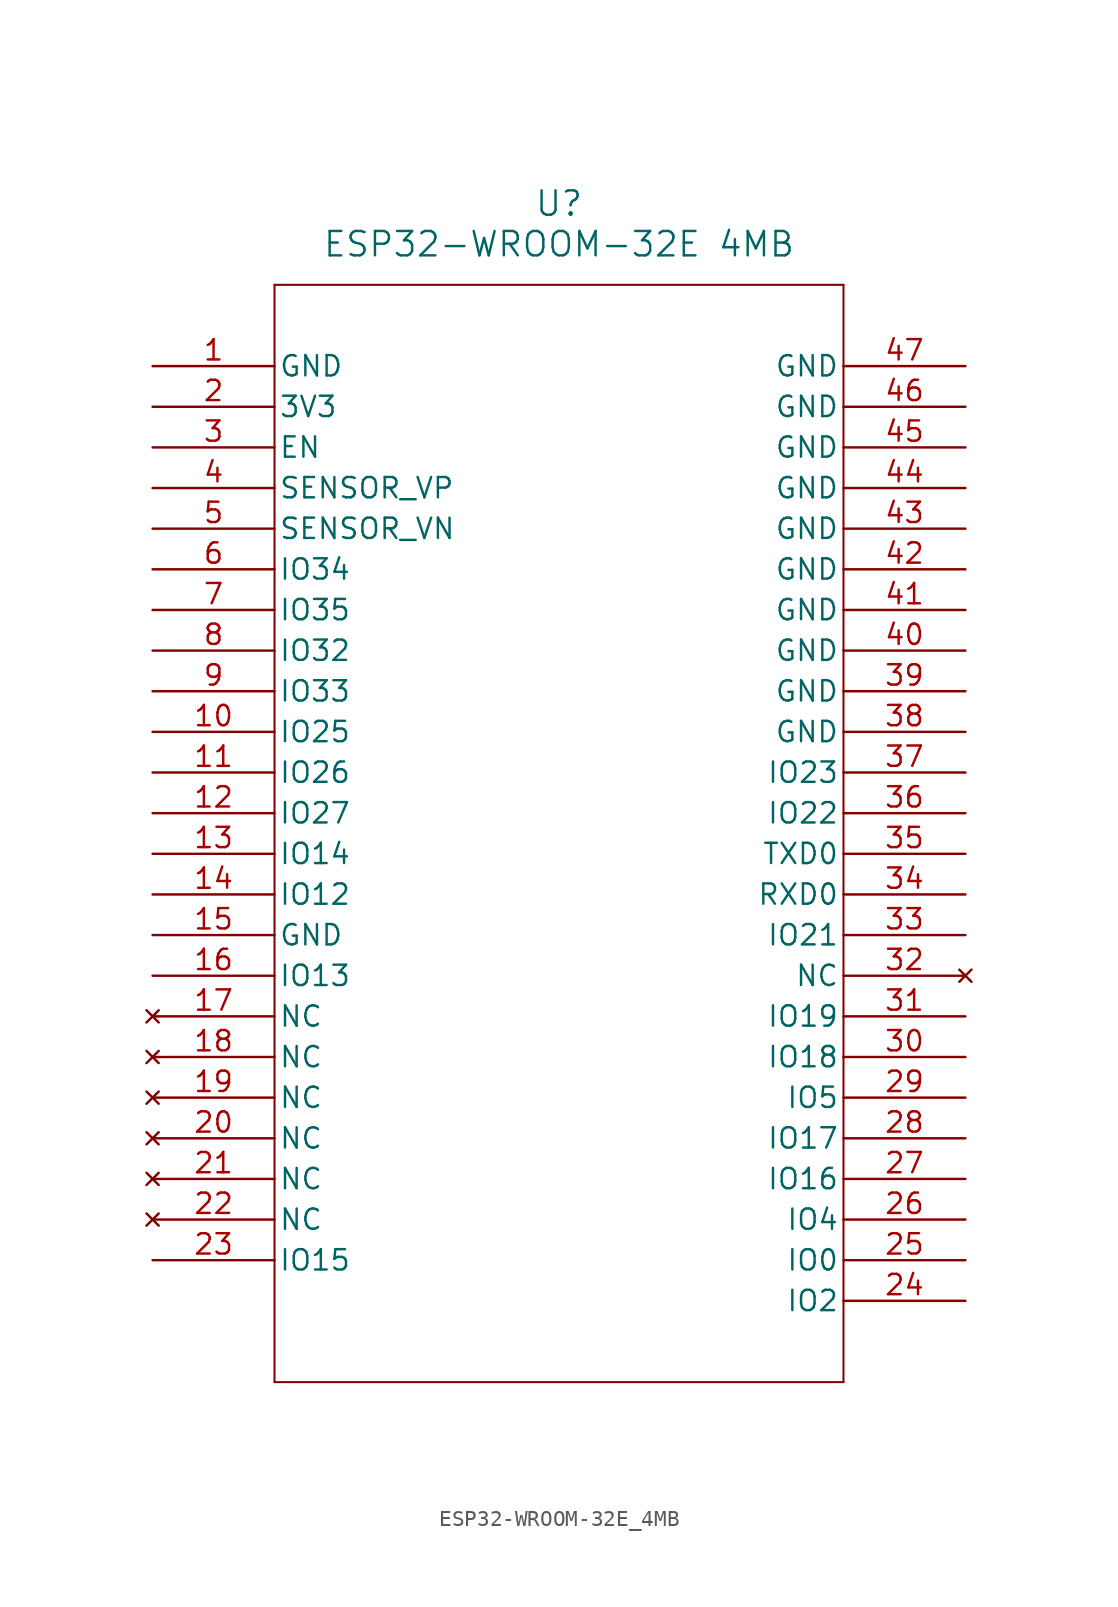
<source format=kicad_sym>
(kicad_symbol_lib
  (version 20220914)
  (generator kicad_symbol_editor)
  (symbol "ESP32-WROOM-32E_4MB"
    (pin_names
      (offset 0.254))
    (property "Reference" "U"
      (at 25.4 10.16 0)
      (effects (font (size 1.524 1.524))))
    (property "Value" "ESP32-WROOM-32E 4MB"
      (at 25.4 7.62 0)
      (effects (font (size 1.524 1.524))))
    (property "ki_locked" ""
      (at 0 0 0)
      (effects (font (size 1.27 1.27))))
    (symbol "ESP32-WROOM-32E_4MB_0_1"
      (polyline (pts (xy 7.62 -63.5) (xy 43.18 -63.5)) (stroke (width 0.127) (type default)) (fill (type none)))
      (polyline (pts (xy 7.62 5.08) (xy 7.62 -63.5)) (stroke (width 0.127) (type default)) (fill (type none)))
      (polyline (pts (xy 43.18 -63.5) (xy 43.18 5.08)) (stroke (width 0.127) (type default)) (fill (type none)))
      (polyline (pts (xy 43.18 5.08) (xy 7.62 5.08)) (stroke (width 0.127) (type default)) (fill (type none)))
      (pin bidirectional line (at 0 -22.86 0) (length 7.62) (name "IO25" (effects (font (size 1.27 1.27)))) (number "10" (effects (font (size 1.27 1.27)))))
      (pin bidirectional line (at 0 -25.4 0) (length 7.62) (name "IO26" (effects (font (size 1.27 1.27)))) (number "11" (effects (font (size 1.27 1.27)))))
      (pin bidirectional line (at 0 -27.94 0) (length 7.62) (name "IO27" (effects (font (size 1.27 1.27)))) (number "12" (effects (font (size 1.27 1.27)))))
      (pin bidirectional line (at 0 -30.48 0) (length 7.62) (name "IO14" (effects (font (size 1.27 1.27)))) (number "13" (effects (font (size 1.27 1.27)))))
      (pin bidirectional line (at 0 -33.02 0) (length 7.62) (name "IO12" (effects (font (size 1.27 1.27)))) (number "14" (effects (font (size 1.27 1.27)))))
      (pin bidirectional line (at 0 -38.1 0) (length 7.62) (name "IO13" (effects (font (size 1.27 1.27)))) (number "16" (effects (font (size 1.27 1.27)))))
      (pin no_connect line (at 0 -40.64 0) (length 7.62) (name "NC" (effects (font (size 1.27 1.27)))) (number "17" (effects (font (size 1.27 1.27)))))
      (pin no_connect line (at 0 -43.18 0) (length 7.62) (name "NC" (effects (font (size 1.27 1.27)))) (number "18" (effects (font (size 1.27 1.27)))))
      (pin no_connect line (at 0 -45.72 0) (length 7.62) (name "NC" (effects (font (size 1.27 1.27)))) (number "19" (effects (font (size 1.27 1.27)))))
      (pin power_in line (at 0 -2.54 0) (length 7.62) (name "3V3" (effects (font (size 1.27 1.27)))) (number "2" (effects (font (size 1.27 1.27)))))
      (pin no_connect line (at 0 -48.26 0) (length 7.62) (name "NC" (effects (font (size 1.27 1.27)))) (number "20" (effects (font (size 1.27 1.27)))))
      (pin no_connect line (at 0 -50.8 0) (length 7.62) (name "NC" (effects (font (size 1.27 1.27)))) (number "21" (effects (font (size 1.27 1.27)))))
      (pin no_connect line (at 0 -53.34 0) (length 7.62) (name "NC" (effects (font (size 1.27 1.27)))) (number "22" (effects (font (size 1.27 1.27)))))
      (pin bidirectional line (at 0 -55.88 0) (length 7.62) (name "IO15" (effects (font (size 1.27 1.27)))) (number "23" (effects (font (size 1.27 1.27)))))
      (pin bidirectional line (at 50.8 -58.42 180) (length 7.62) (name "IO2" (effects (font (size 1.27 1.27)))) (number "24" (effects (font (size 1.27 1.27)))))
      (pin bidirectional line (at 50.8 -55.88 180) (length 7.62) (name "IO0" (effects (font (size 1.27 1.27)))) (number "25" (effects (font (size 1.27 1.27)))))
      (pin bidirectional line (at 50.8 -53.34 180) (length 7.62) (name "IO4" (effects (font (size 1.27 1.27)))) (number "26" (effects (font (size 1.27 1.27)))))
      (pin bidirectional line (at 50.8 -50.8 180) (length 7.62) (name "IO16" (effects (font (size 1.27 1.27)))) (number "27" (effects (font (size 1.27 1.27)))))
      (pin bidirectional line (at 50.8 -48.26 180) (length 7.62) (name "IO17" (effects (font (size 1.27 1.27)))) (number "28" (effects (font (size 1.27 1.27)))))
      (pin bidirectional line (at 50.8 -45.72 180) (length 7.62) (name "IO5" (effects (font (size 1.27 1.27)))) (number "29" (effects (font (size 1.27 1.27)))))
      (pin input line (at 0 -5.08 0) (length 7.62) (name "EN" (effects (font (size 1.27 1.27)))) (number "3" (effects (font (size 1.27 1.27)))))
      (pin bidirectional line (at 50.8 -43.18 180) (length 7.62) (name "IO18" (effects (font (size 1.27 1.27)))) (number "30" (effects (font (size 1.27 1.27)))))
      (pin bidirectional line (at 50.8 -40.64 180) (length 7.62) (name "IO19" (effects (font (size 1.27 1.27)))) (number "31" (effects (font (size 1.27 1.27)))))
      (pin no_connect line (at 50.8 -38.1 180) (length 7.62) (name "NC" (effects (font (size 1.27 1.27)))) (number "32" (effects (font (size 1.27 1.27)))))
      (pin bidirectional line (at 50.8 -35.56 180) (length 7.62) (name "IO21" (effects (font (size 1.27 1.27)))) (number "33" (effects (font (size 1.27 1.27)))))
      (pin bidirectional line (at 50.8 -33.02 180) (length 7.62) (name "RXD0" (effects (font (size 1.27 1.27)))) (number "34" (effects (font (size 1.27 1.27)))))
      (pin bidirectional line (at 50.8 -30.48 180) (length 7.62) (name "TXD0" (effects (font (size 1.27 1.27)))) (number "35" (effects (font (size 1.27 1.27)))))
      (pin bidirectional line (at 50.8 -27.94 180) (length 7.62) (name "IO22" (effects (font (size 1.27 1.27)))) (number "36" (effects (font (size 1.27 1.27)))))
      (pin bidirectional line (at 50.8 -25.4 180) (length 7.62) (name "IO23" (effects (font (size 1.27 1.27)))) (number "37" (effects (font (size 1.27 1.27)))))
      (pin input line (at 0 -7.62 0) (length 7.62) (name "SENSOR_VP" (effects (font (size 1.27 1.27)))) (number "4" (effects (font (size 1.27 1.27)))))
      (pin input line (at 0 -10.16 0) (length 7.62) (name "SENSOR_VN" (effects (font (size 1.27 1.27)))) (number "5" (effects (font (size 1.27 1.27)))))
      (pin input line (at 0 -12.7 0) (length 7.62) (name "IO34" (effects (font (size 1.27 1.27)))) (number "6" (effects (font (size 1.27 1.27)))))
      (pin input line (at 0 -15.24 0) (length 7.62) (name "IO35" (effects (font (size 1.27 1.27)))) (number "7" (effects (font (size 1.27 1.27)))))
      (pin bidirectional line (at 0 -17.78 0) (length 7.62) (name "IO32" (effects (font (size 1.27 1.27)))) (number "8" (effects (font (size 1.27 1.27)))))
      (pin bidirectional line (at 0 -20.32 0) (length 7.62) (name "IO33" (effects (font (size 1.27 1.27)))) (number "9" (effects (font (size 1.27 1.27))))))
    (symbol "ESP32-WROOM-32E_4MB_1_1"
      (pin input line (at 0 0 0) (length 7.62) (name "GND" (effects (font (size 1.27 1.27)))) (number "1" (effects (font (size 1.27 1.27)))))
      (pin input line (at 0 -35.56 0) (length 7.62) (name "GND" (effects (font (size 1.27 1.27)))) (number "15" (effects (font (size 1.27 1.27)))))
      (pin input line (at 50.8 -22.86 180) (length 7.62) (name "GND" (effects (font (size 1.27 1.27)))) (number "38" (effects (font (size 1.27 1.27)))))
      (pin input line (at 50.8 -20.32 180) (length 7.62) (name "GND" (effects (font (size 1.27 1.27)))) (number "39" (effects (font (size 1.27 1.27)))))
      (pin input line (at 50.8 -17.78 180) (length 7.62) (name "GND" (effects (font (size 1.27 1.27)))) (number "40" (effects (font (size 1.27 1.27)))))
      (pin input line (at 50.8 -15.24 180) (length 7.62) (name "GND" (effects (font (size 1.27 1.27)))) (number "41" (effects (font (size 1.27 1.27)))))
      (pin input line (at 50.8 -12.7 180) (length 7.62) (name "GND" (effects (font (size 1.27 1.27)))) (number "42" (effects (font (size 1.27 1.27)))))
      (pin input line (at 50.8 -10.16 180) (length 7.62) (name "GND" (effects (font (size 1.27 1.27)))) (number "43" (effects (font (size 1.27 1.27)))))
      (pin input line (at 50.8 -7.62 180) (length 7.62) (name "GND" (effects (font (size 1.27 1.27)))) (number "44" (effects (font (size 1.27 1.27)))))
      (pin input line (at 50.8 -5.08 180) (length 7.62) (name "GND" (effects (font (size 1.27 1.27)))) (number "45" (effects (font (size 1.27 1.27)))))
      (pin input line (at 50.8 -2.54 180) (length 7.62) (name "GND" (effects (font (size 1.27 1.27)))) (number "46" (effects (font (size 1.27 1.27)))))
      (pin input line (at 50.8 0 180) (length 7.62) (name "GND" (effects (font (size 1.27 1.27)))) (number "47" (effects (font (size 1.27 1.27))))))))
</source>
